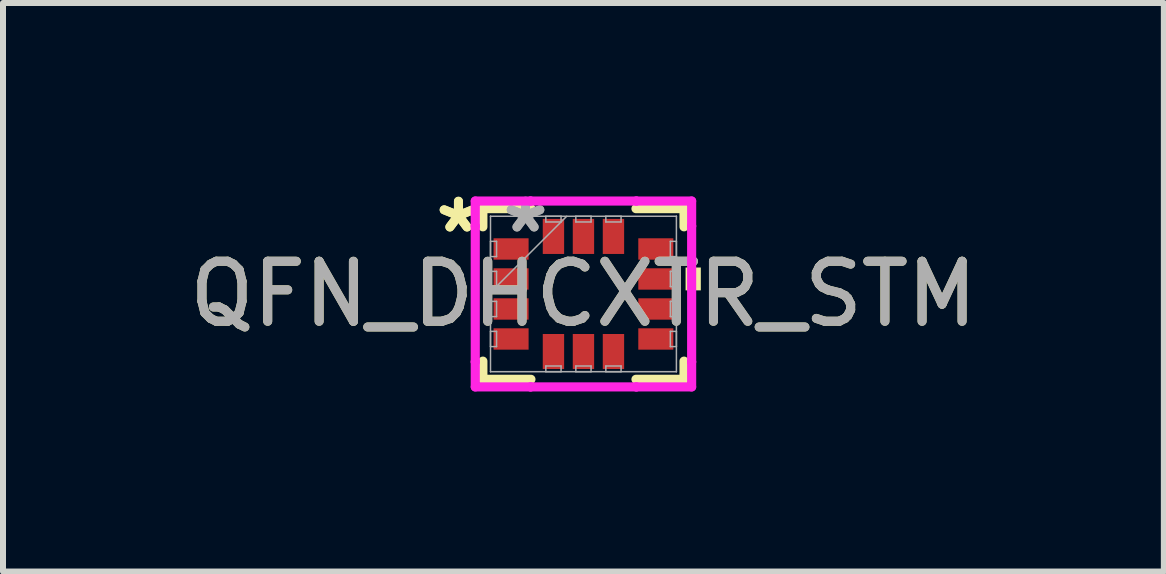
<source format=kicad_pcb>
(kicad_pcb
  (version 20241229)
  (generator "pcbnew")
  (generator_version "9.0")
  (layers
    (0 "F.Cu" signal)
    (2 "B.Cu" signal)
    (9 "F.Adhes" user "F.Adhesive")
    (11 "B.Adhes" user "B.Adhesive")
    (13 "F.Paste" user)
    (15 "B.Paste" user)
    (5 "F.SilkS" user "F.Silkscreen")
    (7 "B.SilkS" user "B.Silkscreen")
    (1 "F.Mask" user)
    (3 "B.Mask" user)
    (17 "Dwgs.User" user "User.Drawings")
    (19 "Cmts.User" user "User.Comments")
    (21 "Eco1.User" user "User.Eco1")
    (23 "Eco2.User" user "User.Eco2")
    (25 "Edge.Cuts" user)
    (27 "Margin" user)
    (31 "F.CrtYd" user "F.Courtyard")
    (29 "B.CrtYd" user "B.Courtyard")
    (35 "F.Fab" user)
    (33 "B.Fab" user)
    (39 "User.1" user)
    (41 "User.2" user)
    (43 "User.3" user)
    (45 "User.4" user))
  (footprint "QFN_DHCXTR_STM"
    (layer "F.Cu")
    (at 6.673 1.849)
    (property "Reference" "QFN_DHCXTR_STM" (at 0 0 0) (unlocked yes) (layer "F.SilkS") (effects (font (size 1 1) (thickness 0.15))))
    (attr smd)
    (fp_line (start -1.676 -1.422) (end -1.676 -1.119) (stroke (width 0.152) (type solid)) (layer "F.SilkS"))
    (fp_line (start -1.676 1.119) (end -1.676 1.422) (stroke (width 0.152) (type solid)) (layer "F.SilkS"))
    (fp_line (start -1.676 1.422) (end -0.875 1.422) (stroke (width 0.152) (type solid)) (layer "F.SilkS"))
    (fp_line (start -0.875 -1.422) (end -1.676 -1.422) (stroke (width 0.152) (type solid)) (layer "F.SilkS"))
    (fp_line (start 0.875 1.422) (end 1.676 1.422) (stroke (width 0.152) (type solid)) (layer "F.SilkS"))
    (fp_line (start 1.676 -1.422) (end 0.875 -1.422) (stroke (width 0.152) (type solid)) (layer "F.SilkS"))
    (fp_line (start 1.676 -1.119) (end 1.676 -1.422) (stroke (width 0.152) (type solid)) (layer "F.SilkS"))
    (fp_line (start 1.676 1.422) (end 1.676 1.119) (stroke (width 0.152) (type solid)) (layer "F.SilkS"))
    (fp_poly (pts (xy 1.956 -0.441) (xy 1.956 -0.06) (xy 1.702 -0.06) (xy 1.702 -0.441)) (stroke (width 0) (type solid)) (fill yes) (layer "F.SilkS"))
    (fp_line (start -1.803 -1.549) (end -0.881 -1.549) (stroke (width 0.152) (type solid)) (layer "F.CrtYd"))
    (fp_line (start -1.803 -1.131) (end -1.803 -1.549) (stroke (width 0.152) (type solid)) (layer "F.CrtYd"))
    (fp_line (start -1.803 -1.131) (end -1.803 -1.131) (stroke (width 0.152) (type solid)) (layer "F.CrtYd"))
    (fp_line (start -1.803 1.131) (end -1.803 -1.131) (stroke (width 0.152) (type solid)) (layer "F.CrtYd"))
    (fp_line (start -1.803 1.131) (end -1.803 1.131) (stroke (width 0.152) (type solid)) (layer "F.CrtYd"))
    (fp_line (start -1.803 1.549) (end -1.803 1.131) (stroke (width 0.152) (type solid)) (layer "F.CrtYd"))
    (fp_line (start -0.881 -1.549) (end -0.881 -1.549) (stroke (width 0.152) (type solid)) (layer "F.CrtYd"))
    (fp_line (start -0.881 -1.549) (end 0.881 -1.549) (stroke (width 0.152) (type solid)) (layer "F.CrtYd"))
    (fp_line (start -0.881 1.549) (end -1.803 1.549) (stroke (width 0.152) (type solid)) (layer "F.CrtYd"))
    (fp_line (start -0.881 1.549) (end -0.881 1.549) (stroke (width 0.152) (type solid)) (layer "F.CrtYd"))
    (fp_line (start 0.881 -1.549) (end 0.881 -1.549) (stroke (width 0.152) (type solid)) (layer "F.CrtYd"))
    (fp_line (start 0.881 -1.549) (end 1.803 -1.549) (stroke (width 0.152) (type solid)) (layer "F.CrtYd"))
    (fp_line (start 0.881 1.549) (end -0.881 1.549) (stroke (width 0.152) (type solid)) (layer "F.CrtYd"))
    (fp_line (start 0.881 1.549) (end 0.881 1.549) (stroke (width 0.152) (type solid)) (layer "F.CrtYd"))
    (fp_line (start 1.803 -1.549) (end 1.803 -1.131) (stroke (width 0.152) (type solid)) (layer "F.CrtYd"))
    (fp_line (start 1.803 -1.131) (end 1.803 -1.131) (stroke (width 0.152) (type solid)) (layer "F.CrtYd"))
    (fp_line (start 1.803 -1.131) (end 1.803 1.131) (stroke (width 0.152) (type solid)) (layer "F.CrtYd"))
    (fp_line (start 1.803 1.131) (end 1.803 1.131) (stroke (width 0.152) (type solid)) (layer "F.CrtYd"))
    (fp_line (start 1.803 1.131) (end 1.803 1.549) (stroke (width 0.152) (type solid)) (layer "F.CrtYd"))
    (fp_line (start 1.803 1.549) (end 0.881 1.549) (stroke (width 0.152) (type solid)) (layer "F.CrtYd"))
    (fp_line (start -1.549 -1.295) (end -1.549 -1.295) (stroke (width 0.025) (type solid)) (layer "F.Fab"))
    (fp_line (start -1.549 -1.295) (end -1.549 1.295) (stroke (width 0.025) (type solid)) (layer "F.Fab"))
    (fp_line (start -1.549 -0.877) (end -1.448 -0.877) (stroke (width 0.025) (type solid)) (layer "F.Fab"))
    (fp_line (start -1.549 -0.623) (end -1.549 -0.877) (stroke (width 0.025) (type solid)) (layer "F.Fab"))
    (fp_line (start -1.549 -0.377) (end -1.448 -0.377) (stroke (width 0.025) (type solid)) (layer "F.Fab"))
    (fp_line (start -1.549 -0.123) (end -1.549 -0.377) (stroke (width 0.025) (type solid)) (layer "F.Fab"))
    (fp_line (start -1.549 -0.025) (end -0.279 -1.295) (stroke (width 0.025) (type solid)) (layer "F.Fab"))
    (fp_line (start -1.549 0.123) (end -1.448 0.123) (stroke (width 0.025) (type solid)) (layer "F.Fab"))
    (fp_line (start -1.549 0.377) (end -1.549 0.123) (stroke (width 0.025) (type solid)) (layer "F.Fab"))
    (fp_line (start -1.549 0.623) (end -1.448 0.623) (stroke (width 0.025) (type solid)) (layer "F.Fab"))
    (fp_line (start -1.549 0.877) (end -1.549 0.623) (stroke (width 0.025) (type solid)) (layer "F.Fab"))
    (fp_line (start -1.549 1.295) (end -1.549 1.295) (stroke (width 0.025) (type solid)) (layer "F.Fab"))
    (fp_line (start -1.549 1.295) (end 1.549 1.295) (stroke (width 0.025) (type solid)) (layer "F.Fab"))
    (fp_line (start -1.448 -0.877) (end -1.448 -0.623) (stroke (width 0.025) (type solid)) (layer "F.Fab"))
    (fp_line (start -1.448 -0.623) (end -1.549 -0.623) (stroke (width 0.025) (type solid)) (layer "F.Fab"))
    (fp_line (start -1.448 -0.377) (end -1.448 -0.123) (stroke (width 0.025) (type solid)) (layer "F.Fab"))
    (fp_line (start -1.448 -0.123) (end -1.549 -0.123) (stroke (width 0.025) (type solid)) (layer "F.Fab"))
    (fp_line (start -1.448 0.123) (end -1.448 0.377) (stroke (width 0.025) (type solid)) (layer "F.Fab"))
    (fp_line (start -1.448 0.377) (end -1.549 0.377) (stroke (width 0.025) (type solid)) (layer "F.Fab"))
    (fp_line (start -1.448 0.623) (end -1.448 0.877) (stroke (width 0.025) (type solid)) (layer "F.Fab"))
    (fp_line (start -1.448 0.877) (end -1.549 0.877) (stroke (width 0.025) (type solid)) (layer "F.Fab"))
    (fp_line (start -0.627 -1.295) (end -0.373 -1.295) (stroke (width 0.025) (type solid)) (layer "F.Fab"))
    (fp_line (start -0.627 -1.2) (end -0.627 -1.295) (stroke (width 0.025) (type solid)) (layer "F.Fab"))
    (fp_line (start -0.627 1.2) (end -0.373 1.2) (stroke (width 0.025) (type solid)) (layer "F.Fab"))
    (fp_line (start -0.627 1.295) (end -0.627 1.2) (stroke (width 0.025) (type solid)) (layer "F.Fab"))
    (fp_line (start -0.373 -1.295) (end -0.373 -1.2) (stroke (width 0.025) (type solid)) (layer "F.Fab"))
    (fp_line (start -0.373 -1.2) (end -0.627 -1.2) (stroke (width 0.025) (type solid)) (layer "F.Fab"))
    (fp_line (start -0.373 1.2) (end -0.373 1.295) (stroke (width 0.025) (type solid)) (layer "F.Fab"))
    (fp_line (start -0.373 1.295) (end -0.627 1.295) (stroke (width 0.025) (type solid)) (layer "F.Fab"))
    (fp_line (start -0.127 -1.295) (end 0.127 -1.295) (stroke (width 0.025) (type solid)) (layer "F.Fab"))
    (fp_line (start -0.127 -1.2) (end -0.127 -1.295) (stroke (width 0.025) (type solid)) (layer "F.Fab"))
    (fp_line (start -0.127 1.2) (end 0.127 1.2) (stroke (width 0.025) (type solid)) (layer "F.Fab"))
    (fp_line (start -0.127 1.295) (end -0.127 1.2) (stroke (width 0.025) (type solid)) (layer "F.Fab"))
    (fp_line (start 0.127 -1.295) (end 0.127 -1.2) (stroke (width 0.025) (type solid)) (layer "F.Fab"))
    (fp_line (start 0.127 -1.2) (end -0.127 -1.2) (stroke (width 0.025) (type solid)) (layer "F.Fab"))
    (fp_line (start 0.127 1.2) (end 0.127 1.295) (stroke (width 0.025) (type solid)) (layer "F.Fab"))
    (fp_line (start 0.127 1.295) (end -0.127 1.295) (stroke (width 0.025) (type solid)) (layer "F.Fab"))
    (fp_line (start 0.373 -1.295) (end 0.627 -1.295) (stroke (width 0.025) (type solid)) (layer "F.Fab"))
    (fp_line (start 0.373 -1.2) (end 0.373 -1.295) (stroke (width 0.025) (type solid)) (layer "F.Fab"))
    (fp_line (start 0.373 1.2) (end 0.627 1.2) (stroke (width 0.025) (type solid)) (layer "F.Fab"))
    (fp_line (start 0.373 1.295) (end 0.373 1.2) (stroke (width 0.025) (type solid)) (layer "F.Fab"))
    (fp_line (start 0.627 -1.295) (end 0.627 -1.2) (stroke (width 0.025) (type solid)) (layer "F.Fab"))
    (fp_line (start 0.627 -1.2) (end 0.373 -1.2) (stroke (width 0.025) (type solid)) (layer "F.Fab"))
    (fp_line (start 0.627 1.2) (end 0.627 1.295) (stroke (width 0.025) (type solid)) (layer "F.Fab"))
    (fp_line (start 0.627 1.295) (end 0.373 1.295) (stroke (width 0.025) (type solid)) (layer "F.Fab"))
    (fp_line (start 1.448 -0.877) (end 1.549 -0.877) (stroke (width 0.025) (type solid)) (layer "F.Fab"))
    (fp_line (start 1.448 -0.623) (end 1.448 -0.877) (stroke (width 0.025) (type solid)) (layer "F.Fab"))
    (fp_line (start 1.448 -0.377) (end 1.549 -0.377) (stroke (width 0.025) (type solid)) (layer "F.Fab"))
    (fp_line (start 1.448 -0.123) (end 1.448 -0.377) (stroke (width 0.025) (type solid)) (layer "F.Fab"))
    (fp_line (start 1.448 0.123) (end 1.549 0.123) (stroke (width 0.025) (type solid)) (layer "F.Fab"))
    (fp_line (start 1.448 0.377) (end 1.448 0.123) (stroke (width 0.025) (type solid)) (layer "F.Fab"))
    (fp_line (start 1.448 0.623) (end 1.549 0.623) (stroke (width 0.025) (type solid)) (layer "F.Fab"))
    (fp_line (start 1.448 0.877) (end 1.448 0.623) (stroke (width 0.025) (type solid)) (layer "F.Fab"))
    (fp_line (start 1.549 -1.295) (end -1.549 -1.295) (stroke (width 0.025) (type solid)) (layer "F.Fab"))
    (fp_line (start 1.549 -1.295) (end 1.549 -1.295) (stroke (width 0.025) (type solid)) (layer "F.Fab"))
    (fp_line (start 1.549 -0.877) (end 1.549 -0.623) (stroke (width 0.025) (type solid)) (layer "F.Fab"))
    (fp_line (start 1.549 -0.623) (end 1.448 -0.623) (stroke (width 0.025) (type solid)) (layer "F.Fab"))
    (fp_line (start 1.549 -0.377) (end 1.549 -0.123) (stroke (width 0.025) (type solid)) (layer "F.Fab"))
    (fp_line (start 1.549 -0.123) (end 1.448 -0.123) (stroke (width 0.025) (type solid)) (layer "F.Fab"))
    (fp_line (start 1.549 0.123) (end 1.549 0.377) (stroke (width 0.025) (type solid)) (layer "F.Fab"))
    (fp_line (start 1.549 0.377) (end 1.448 0.377) (stroke (width 0.025) (type solid)) (layer "F.Fab"))
    (fp_line (start 1.549 0.623) (end 1.549 0.877) (stroke (width 0.025) (type solid)) (layer "F.Fab"))
    (fp_line (start 1.549 0.877) (end 1.448 0.877) (stroke (width 0.025) (type solid)) (layer "F.Fab"))
    (fp_line (start 1.549 1.295) (end 1.549 -1.295) (stroke (width 0.025) (type solid)) (layer "F.Fab"))
    (fp_line (start 1.549 1.295) (end 1.549 1.295) (stroke (width 0.025) (type solid)) (layer "F.Fab"))
    (fp_text user "*" (at -2.083 -1 0) (unlocked yes) (layer "F.SilkS") (effects (font (size 1 1) (thickness 0.15))))
    (fp_text user "*" (at -2.083 -1 0) (layer "F.SilkS") (effects (font (size 1 1) (thickness 0.15))))
    (fp_text user "*" (at -0.965 -1 0) (unlocked yes) (layer "F.Fab") (effects (font (size 1 1) (thickness 0.15))))
    (fp_text user "${REFERENCE}" (at 0 0 0) (unlocked yes) (layer "F.Fab") (effects (font (size 1 1) (thickness 0.15))))
    (fp_text user "*" (at -0.965 -1 0) (layer "F.Fab") (effects (font (size 1 1) (thickness 0.15))))
    (pad "1" smd rect (at -1.206 -0.75 90) (size 0.356 0.584) (layers "F.Cu" "F.Mask" "F.Paste"))
    (pad "2" smd rect (at -1.206 -0.25 90) (size 0.356 0.584) (layers "F.Cu" "F.Mask" "F.Paste"))
    (pad "3" smd rect (at -1.206 0.25 90) (size 0.356 0.584) (layers "F.Cu" "F.Mask" "F.Paste"))
    (pad "4" smd rect (at -1.206 0.75 90) (size 0.356 0.584) (layers "F.Cu" "F.Mask" "F.Paste"))
    (pad "5" smd rect (at -0.5 0.959) (size 0.356 0.584) (layers "F.Cu" "F.Mask" "F.Paste"))
    (pad "6" smd rect (at 0 0.959) (size 0.356 0.584) (layers "F.Cu" "F.Mask" "F.Paste"))
    (pad "7" smd rect (at 0.5 0.959) (size 0.356 0.584) (layers "F.Cu" "F.Mask" "F.Paste"))
    (pad "8" smd rect (at 1.206 0.75 90) (size 0.356 0.584) (layers "F.Cu" "F.Mask" "F.Paste"))
    (pad "9" smd rect (at 1.206 0.25 90) (size 0.356 0.584) (layers "F.Cu" "F.Mask" "F.Paste"))
    (pad "10" smd rect (at 1.206 -0.25 90) (size 0.356 0.584) (layers "F.Cu" "F.Mask" "F.Paste"))
    (pad "11" smd rect (at 1.206 -0.75 90) (size 0.356 0.584) (layers "F.Cu" "F.Mask" "F.Paste"))
    (pad "12" smd rect (at 0.5 -0.959) (size 0.356 0.584) (layers "F.Cu" "F.Mask" "F.Paste"))
    (pad "13" smd rect (at 0 -0.959) (size 0.356 0.584) (layers "F.Cu" "F.Mask" "F.Paste"))
    (pad "14" smd rect (at -0.5 -0.959) (size 0.356 0.584) (layers "F.Cu" "F.Mask" "F.Paste")))
  (gr_rect
    (start -3 -3)
    (end 16.345 6.474)
    (stroke (width 0.1) (type default))
    (fill no)
    (layer "Edge.Cuts")))
</source>
